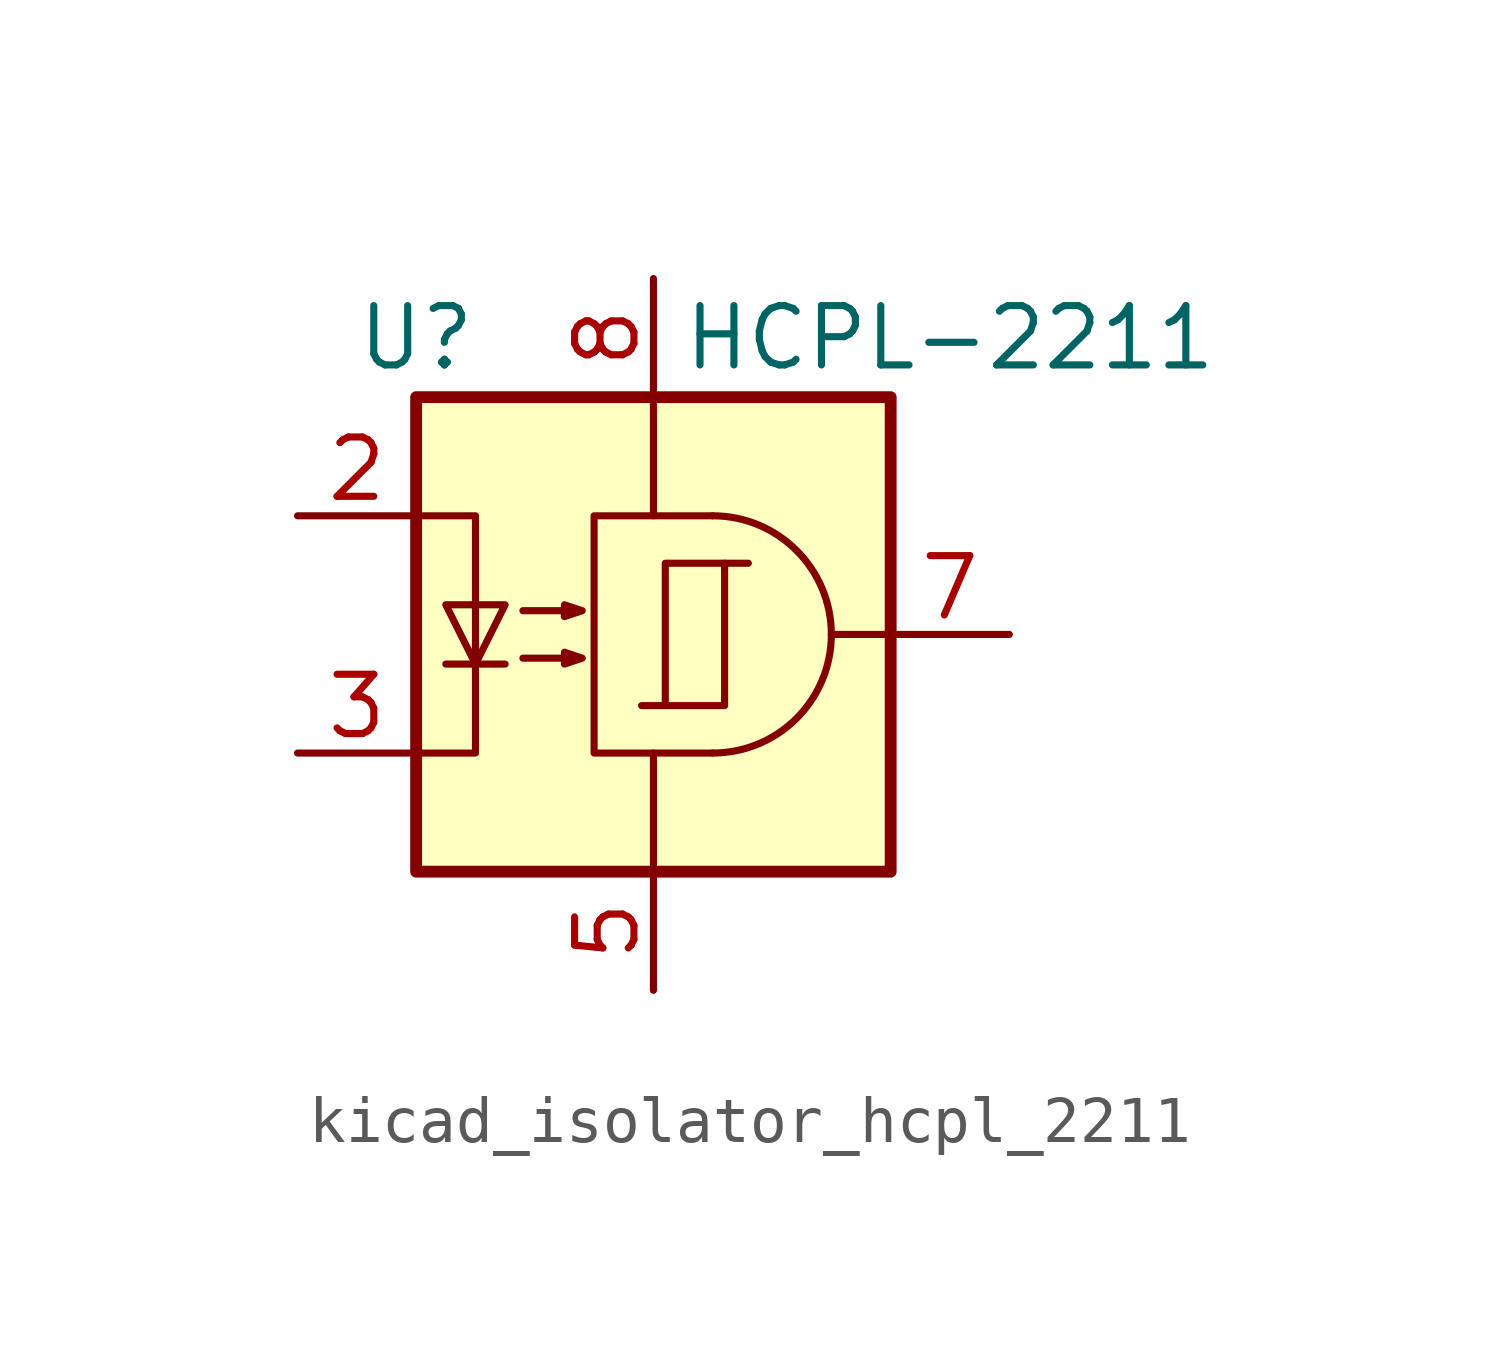
<source format=kicad_sym>
(kicad_symbol_lib
  (version 20220914)
  (generator kicad_symbol_editor)
  (symbol "kicad_isolator_hcpl_2211"
    (property "Reference" "U"
      (at -5.08 6.35 0)
      (effects (font (size 1.27 1.27))))
    (property "Value" "HCPL-2211"
      (at 6.35 6.35 0)
      (effects (font (size 1.27 1.27))))
    (symbol "kicad_isolator_hcpl_2211_0_1"
      (polyline (pts (xy 5.08 0) (xy 3.81 0)) (stroke (width 0) (type default)) (fill (type none))))
    (symbol "kicad_isolator_hcpl_2211_1_1"
      (rectangle (start -5.08 5.08) (end 5.08 -5.08) (stroke (width 0.254) (type default)) (fill (type background)))
      (polyline (pts (xy -4.445 -0.635) (xy -3.175 -0.635)) (stroke (width 0) (type default)) (fill (type none)))
      (polyline (pts (xy 0 2.54) (xy 0 5.08)) (stroke (width 0) (type default)) (fill (type none)))
      (polyline (pts (xy 0.254 -1.524) (xy -0.254 -1.524)) (stroke (width 0) (type default)) (fill (type none)))
      (polyline (pts (xy 1.524 1.524) (xy 2.032 1.524)) (stroke (width 0) (type default)) (fill (type none)))
      (polyline (pts (xy 0 -2.54) (xy 0 -5.08) (xy 0 -3.81)) (stroke (width 0) (type default)) (fill (type none)))
      (polyline (pts (xy -5.08 -2.54) (xy -3.81 -2.54) (xy -3.81 2.54) (xy -5.08 2.54)) (stroke (width 0) (type default)) (fill (type none)))
      (polyline (pts (xy -3.81 -0.635) (xy -4.445 0.635) (xy -3.175 0.635) (xy -3.81 -0.635)) (stroke (width 0) (type default)) (fill (type none)))
      (polyline (pts (xy 1.27 -2.54) (xy -1.27 -2.54) (xy -1.27 2.54) (xy 1.27 2.54)) (stroke (width 0) (type default)) (fill (type none)))
      (polyline (pts (xy -2.794 -0.508) (xy -1.524 -0.508) (xy -1.905 -0.635) (xy -1.905 -0.381) (xy -1.524 -0.508)) (stroke (width 0) (type default)) (fill (type none)))
      (polyline (pts (xy -2.794 0.508) (xy -1.524 0.508) (xy -1.905 0.381) (xy -1.905 0.635) (xy -1.524 0.508)) (stroke (width 0) (type default)) (fill (type none)))
      (rectangle (start 0.254 1.524) (end 1.524 -1.524) (stroke (width 0) (type default)) (fill (type none)))
      (arc (start 1.27 -2.54) (mid 3.799 0) (end 1.27 2.54) (stroke (width 0) (type default)) (fill (type none)))
      (pin no_connect line (at -5.08 0 0) (length 2.54) hide (name "~" (effects (font (size 1.27 1.27)))) (number "1" (effects (font (size 1.27 1.27)))))
      (pin passive line (at -7.62 2.54 0) (length 2.54) (name "~" (effects (font (size 1.27 1.27)))) (number "2" (effects (font (size 1.27 1.27)))))
      (pin passive line (at -7.62 -2.54 0) (length 2.54) (name "~" (effects (font (size 1.27 1.27)))) (number "3" (effects (font (size 1.27 1.27)))))
      (pin no_connect line (at -5.08 -5.08 0) (length 2.54) hide (name "~" (effects (font (size 1.27 1.27)))) (number "4" (effects (font (size 1.27 1.27)))))
      (pin power_in line (at 0 -7.62 90) (length 2.54) (name "~" (effects (font (size 1.27 1.27)))) (number "5" (effects (font (size 1.27 1.27)))))
      (pin no_connect line (at 5.08 -2.54 180) (length 2.54) hide (name "~" (effects (font (size 1.27 1.27)))) (number "6" (effects (font (size 1.27 1.27)))))
      (pin output line (at 7.62 0 180) (length 2.54) (name "~" (effects (font (size 1.27 1.27)))) (number "7" (effects (font (size 1.27 1.27)))))
      (pin power_in line (at 0 7.62 270) (length 2.54) (name "~" (effects (font (size 1.27 1.27)))) (number "8" (effects (font (size 1.27 1.27))))))))
</source>
